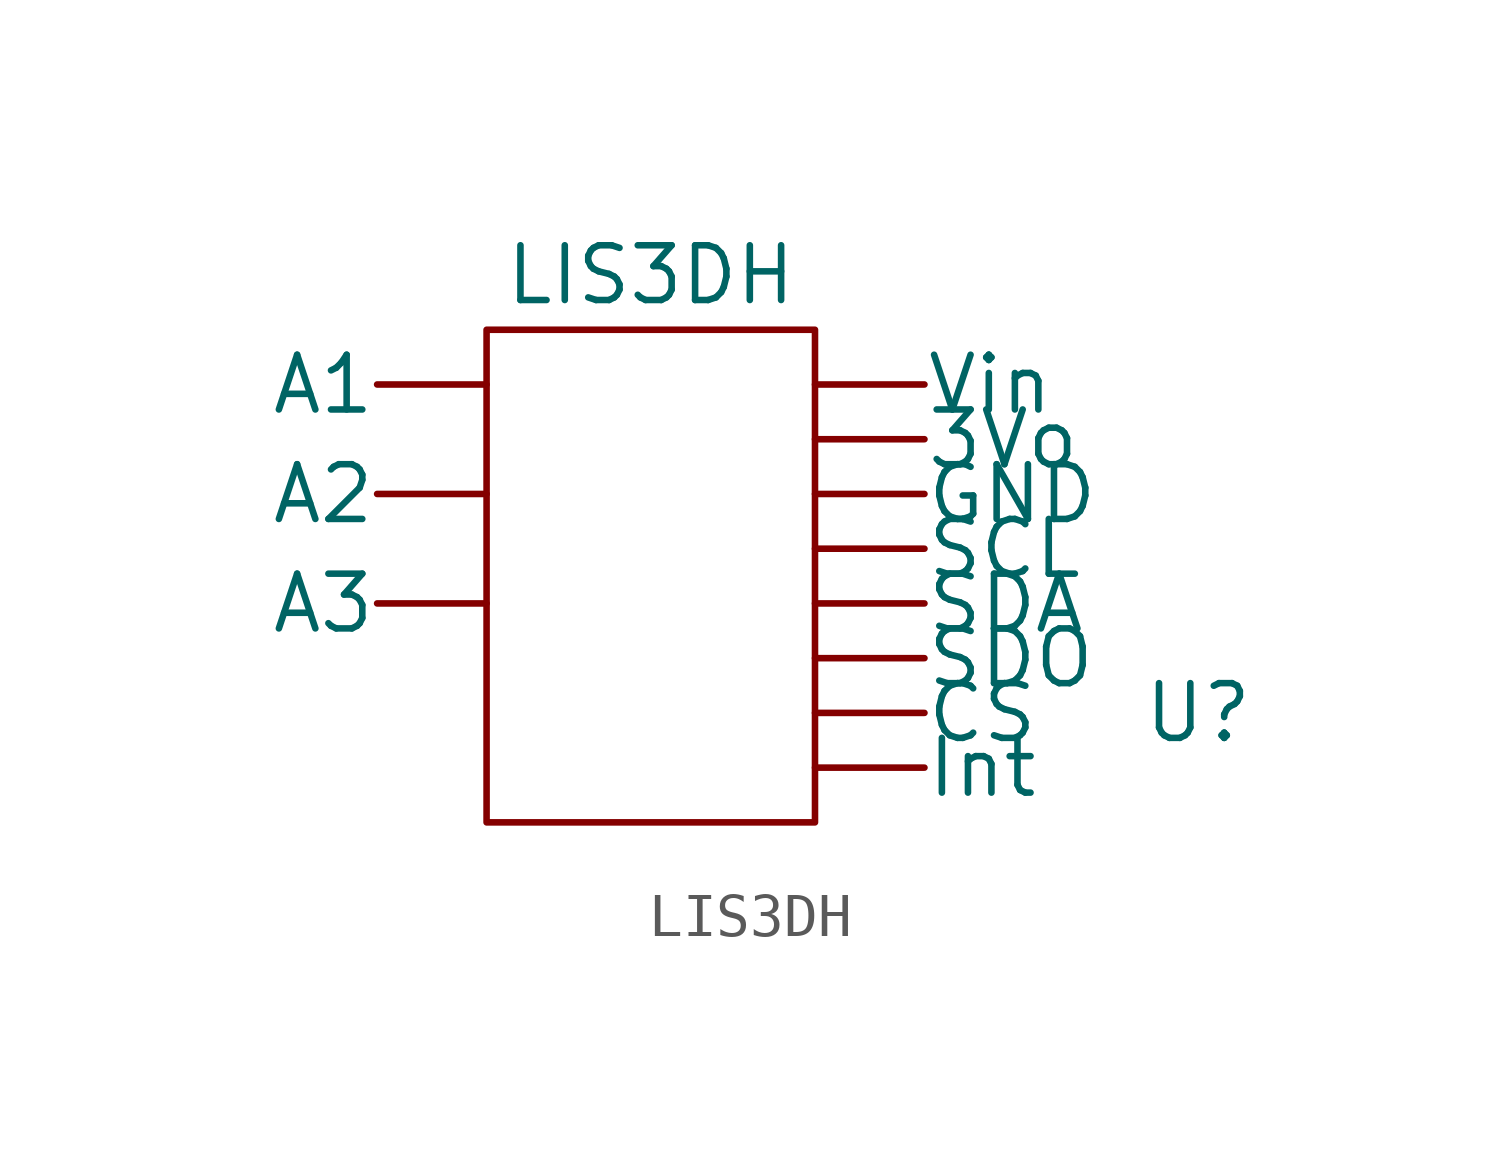
<source format=kicad_sym>
(kicad_symbol_lib
  (version 20211014)
  (generator kicad_symbol_editor)
  (symbol "LIS3DH"
    (pin_names
      (offset 0.002))
    (property "Reference" "U"
      (at 12.7 -1.27 0)
      (effects (font (size 1.27 1.27))))
    (property "Value" "LIS3DH"
      (at 0 8.89 0)
      (effects (font (size 1.27 1.27))))
    (symbol "LIS3DH_0_1"
      (rectangle (start -3.81 7.62) (end 3.81 -3.81) (stroke (width 0) (type default) (color 0 0 0 0)) (fill (type none))))
    (symbol "LIS3DH_1_1"
      (pin power_out line (at 3.81 5.08 0) (length 2.54) (name "3Vo" (effects (font (size 1.27 1.27)))) (number "" (effects (font (size 1.27 1.27)))))
      (pin unspecified line (at -3.81 6.35 180) (length 2.54) (name "A1" (effects (font (size 1.27 1.27)))) (number "" (effects (font (size 1.27 1.27)))))
      (pin unspecified line (at -3.81 3.81 180) (length 2.54) (name "A2" (effects (font (size 1.27 1.27)))) (number "" (effects (font (size 1.27 1.27)))))
      (pin unspecified line (at -3.81 1.27 180) (length 2.54) (name "A3" (effects (font (size 1.27 1.27)))) (number "" (effects (font (size 1.27 1.27)))))
      (pin unspecified line (at 3.81 -1.27 0) (length 2.54) (name "CS" (effects (font (size 1.27 1.27)))) (number "" (effects (font (size 1.27 1.27)))))
      (pin passive line (at 3.81 3.81 0) (length 2.54) (name "GND" (effects (font (size 1.27 1.27)))) (number "" (effects (font (size 1.27 1.27)))))
      (pin unspecified line (at 3.81 -2.54 0) (length 2.54) (name "Int" (effects (font (size 1.27 1.27)))) (number "" (effects (font (size 1.27 1.27)))))
      (pin unspecified line (at 3.81 2.54 0) (length 2.54) (name "SCL" (effects (font (size 1.27 1.27)))) (number "" (effects (font (size 1.27 1.27)))))
      (pin unspecified line (at 3.81 1.27 0) (length 2.54) (name "SDA" (effects (font (size 1.27 1.27)))) (number "" (effects (font (size 1.27 1.27)))))
      (pin unspecified line (at 3.81 0 0) (length 2.54) (name "SDO" (effects (font (size 1.27 1.27)))) (number "" (effects (font (size 1.27 1.27)))))
      (pin power_in line (at 3.81 6.35 0) (length 2.54) (name "Vin" (effects (font (size 1.27 1.27)))) (number "" (effects (font (size 1.27 1.27))))))))
</source>
